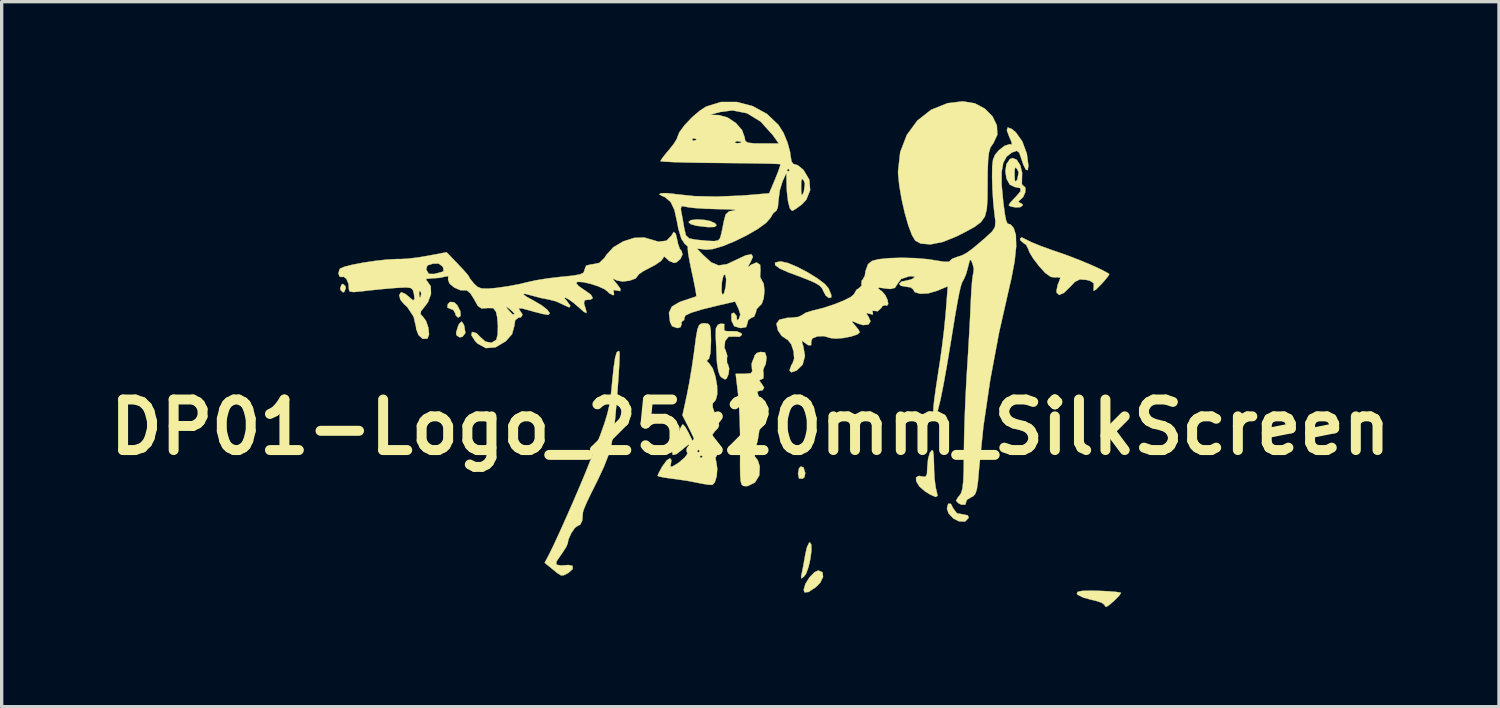
<source format=kicad_pcb>
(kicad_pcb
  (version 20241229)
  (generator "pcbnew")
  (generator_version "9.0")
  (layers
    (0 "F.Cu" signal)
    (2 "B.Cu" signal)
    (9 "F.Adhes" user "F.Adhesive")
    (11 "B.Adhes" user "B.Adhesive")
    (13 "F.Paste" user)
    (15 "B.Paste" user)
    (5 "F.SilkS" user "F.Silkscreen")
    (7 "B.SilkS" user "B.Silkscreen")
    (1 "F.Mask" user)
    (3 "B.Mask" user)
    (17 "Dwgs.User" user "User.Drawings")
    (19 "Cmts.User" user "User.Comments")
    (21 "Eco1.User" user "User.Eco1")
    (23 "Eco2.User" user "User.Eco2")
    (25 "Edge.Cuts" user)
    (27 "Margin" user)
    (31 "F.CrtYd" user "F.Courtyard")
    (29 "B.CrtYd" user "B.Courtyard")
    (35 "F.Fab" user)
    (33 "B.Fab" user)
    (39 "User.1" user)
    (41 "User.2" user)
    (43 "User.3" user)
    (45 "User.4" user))
  (footprint "DP01-Logo_25x20mm_SilkScreen"
    (layer "F.Cu")
    (at 19.565 9.826)
    (property "Reference" "DP01-Logo_25x20mm_SilkScreen" (at 0 0 0) (layer "F.SilkS") (effects (font (size 1.524 1.524) (thickness 0.3))))
    (attr through_hole)
    (fp_poly (pts (xy -12.202 -4.249) (xy -12.192 -4.191) (xy -12.238 -4.078) (xy -12.277 -4.064) (xy -12.352 -4.133) (xy -12.361 -4.191) (xy -12.316 -4.304) (xy -12.277 -4.318) (xy -12.202 -4.249)) (stroke (width 0.01) (type solid)) (fill yes) (layer "F.SilkS"))
    (fp_poly (pts (xy -8.639 -3.099) (xy -8.622 -3.055) (xy -8.588 -2.837) (xy -8.679 -2.723) (xy -8.767 -2.709) (xy -8.859 -2.776) (xy -8.866 -2.857) (xy -8.803 -3.059) (xy -8.768 -3.126) (xy -8.701 -3.186) (xy -8.639 -3.099)) (stroke (width 0.01) (type solid)) (fill yes) (layer "F.SilkS"))
    (fp_poly (pts (xy 1.606 1.213) (xy 1.609 1.221) (xy 1.635 1.321) (xy 1.656 1.379) (xy 1.632 1.509) (xy 1.571 1.553) (xy 1.47 1.547) (xy 1.439 1.405) (xy 1.439 1.394) (xy 1.469 1.237) (xy 1.524 1.185) (xy 1.606 1.213)) (stroke (width 0.01) (type solid)) (fill yes) (layer "F.SilkS"))
    (fp_poly (pts (xy 2.176 4.373) (xy 2.193 4.51) (xy 2.11 4.685) (xy 1.978 4.82) (xy 1.756 4.967) (xy 1.635 4.979) (xy 1.609 4.903) (xy 1.661 4.723) (xy 1.785 4.525) (xy 1.936 4.37) (xy 2.05 4.318) (xy 2.176 4.373)) (stroke (width 0.01) (type solid)) (fill yes) (layer "F.SilkS"))
    (fp_poly (pts (xy -8.928 -3.764) (xy -8.835 -3.68) (xy -8.739 -3.494) (xy -8.732 -3.352) (xy -8.805 -3.302) (xy -8.88 -3.371) (xy -8.89 -3.429) (xy -8.958 -3.541) (xy -9.017 -3.556) (xy -9.131 -3.606) (xy -9.117 -3.712) (xy -9.046 -3.776) (xy -8.928 -3.764)) (stroke (width 0.01) (type solid)) (fill yes) (layer "F.SilkS"))
    (fp_poly (pts (xy -1.364 -6.245) (xy -1.206 -6.212) (xy -1.058 -6.144) (xy -1.016 -6.086) (xy -1.078 -6.035) (xy -1.275 -6.03) (xy -1.621 -6.071) (xy -1.63 -6.072) (xy -1.799 -6.122) (xy -1.863 -6.186) (xy -1.789 -6.242) (xy -1.604 -6.262) (xy -1.364 -6.245)) (stroke (width 0.01) (type solid)) (fill yes) (layer "F.SilkS"))
    (fp_poly (pts (xy 6.044 2.309) (xy 6.119 2.45) (xy 6.121 2.455) (xy 6.227 2.594) (xy 6.391 2.625) (xy 6.557 2.657) (xy 6.583 2.731) (xy 6.472 2.845) (xy 6.283 2.835) (xy 6.117 2.749) (xy 5.974 2.593) (xy 5.927 2.451) (xy 5.964 2.308) (xy 6.044 2.309)) (stroke (width 0.01) (type solid)) (fill yes) (layer "F.SilkS"))
    (fp_poly (pts (xy 1.84 3.544) (xy 1.842 3.725) (xy 1.811 3.965) (xy 1.756 4.209) (xy 1.685 4.407) (xy 1.632 4.487) (xy 1.543 4.561) (xy 1.531 4.503) (xy 1.552 4.403) (xy 1.597 4.181) (xy 1.647 3.898) (xy 1.658 3.831) (xy 1.71 3.612) (xy 1.773 3.484) (xy 1.797 3.471) (xy 1.84 3.544)) (stroke (width 0.01) (type solid)) (fill yes) (layer "F.SilkS"))
    (fp_poly (pts (xy 10.492 4.932) (xy 10.808 4.946) (xy 11.046 4.967) (xy 11.167 4.989) (xy 11.175 4.995) (xy 11.116 5.081) (xy 10.983 5.217) (xy 10.835 5.347) (xy 10.729 5.417) (xy 10.72 5.419) (xy 10.668 5.355) (xy 10.668 5.348) (xy 10.593 5.292) (xy 10.402 5.229) (xy 10.272 5.2) (xy 10.032 5.134) (xy 9.873 5.054) (xy 9.842 5.016) (xy 9.867 4.963) (xy 10.002 4.934) (xy 10.27 4.927) (xy 10.492 4.932)) (stroke (width 0.01) (type solid)) (fill yes) (layer "F.SilkS"))
    (fp_poly (pts (xy 1.129 -4.95) (xy 1.411 -4.833) (xy 1.722 -4.671) (xy 2.016 -4.49) (xy 2.244 -4.318) (xy 2.357 -4.188) (xy 2.437 -3.997) (xy 2.443 -3.914) (xy 2.376 -3.895) (xy 2.369 -3.895) (xy 2.276 -3.964) (xy 2.206 -4.093) (xy 2.16 -4.189) (xy 2.085 -4.269) (xy 1.952 -4.35) (xy 1.732 -4.446) (xy 1.396 -4.575) (xy 1.163 -4.66) (xy 0.892 -4.779) (xy 0.75 -4.884) (xy 0.745 -4.96) (xy 0.888 -4.995) (xy 0.925 -4.995) (xy 1.129 -4.95)) (stroke (width 0.01) (type solid)) (fill yes) (layer "F.SilkS"))
    (fp_poly (pts (xy 5.508 0.716) (xy 5.527 0.85) (xy 5.537 1.12) (xy 5.539 1.27) (xy 5.555 1.57) (xy 5.59 1.826) (xy 5.615 1.926) (xy 5.646 2.069) (xy 5.586 2.103) (xy 5.419 2.029) (xy 5.271 1.938) (xy 5.098 1.789) (xy 5.003 1.635) (xy 4.994 1.515) (xy 5.082 1.467) (xy 5.165 1.482) (xy 5.275 1.496) (xy 5.324 1.418) (xy 5.335 1.212) (xy 5.357 0.966) (xy 5.408 0.781) (xy 5.419 0.762) (xy 5.474 0.694) (xy 5.508 0.716)) (stroke (width 0.01) (type solid)) (fill yes) (layer "F.SilkS"))
    (fp_poly (pts (xy -0.782 -3.11) (xy -0.789 -3.016) (xy -0.784 -2.909) (xy -0.695 -2.894) (xy -0.412 -2.891) (xy -0.269 -2.829) (xy -0.254 -2.784) (xy -0.325 -2.725) (xy -0.472 -2.731) (xy -0.655 -2.727) (xy -0.755 -2.603) (xy -0.759 -2.593) (xy -0.78 -2.4) (xy -0.743 -2.308) (xy -0.692 -2.148) (xy -0.704 -2.086) (xy -0.701 -1.935) (xy -0.673 -1.893) (xy -0.637 -1.772) (xy -0.655 -1.603) (xy -0.713 -1.469) (xy -0.762 -1.439) (xy -0.865 -1.497) (xy -0.91 -1.545) (xy -0.965 -1.69) (xy -1.003 -1.93) (xy -1.01 -2.032) (xy -1.025 -2.363) (xy -1.04 -2.694) (xy -1.043 -2.75) (xy -1.037 -2.979) (xy -0.977 -3.088) (xy -0.898 -3.119) (xy -0.782 -3.11)) (stroke (width 0.01) (type solid)) (fill yes) (layer "F.SilkS"))
    (fp_poly (pts (xy 6.767 -9.761) (xy 7.071 -9.6) (xy 7.3 -9.369) (xy 7.432 -9.097) (xy 7.446 -8.814) (xy 7.323 -8.551) (xy 7.303 -8.528) (xy 7.237 -8.429) (xy 7.194 -8.282) (xy 7.168 -8.056) (xy 7.155 -7.718) (xy 7.152 -7.35) (xy 7.149 -6.897) (xy 7.129 -6.575) (xy 7.07 -6.348) (xy 6.951 -6.18) (xy 6.75 -6.031) (xy 6.445 -5.866) (xy 6.231 -5.757) (xy 5.811 -5.586) (xy 5.435 -5.51) (xy 5.134 -5.534) (xy 4.97 -5.626) (xy 4.87 -5.795) (xy 4.761 -6.088) (xy 4.654 -6.462) (xy 4.561 -6.874) (xy 4.491 -7.28) (xy 4.455 -7.636) (xy 4.453 -7.705) (xy 4.518 -8.29) (xy 4.718 -8.809) (xy 5.034 -9.241) (xy 5.449 -9.567) (xy 5.944 -9.766) (xy 6.407 -9.821) (xy 6.767 -9.761)) (stroke (width 0.01) (type solid)) (fill yes) (layer "F.SilkS"))
    (fp_poly (pts (xy 8.029 -8.063) (xy 8.135 -7.897) (xy 8.193 -7.672) (xy 8.188 -7.472) (xy 8.186 -7.325) (xy 8.224 -7.281) (xy 8.293 -7.22) (xy 8.288 -7.081) (xy 8.222 -6.934) (xy 8.149 -6.865) (xy 8.073 -6.796) (xy 8.107 -6.776) (xy 8.205 -6.72) (xy 8.213 -6.69) (xy 8.141 -6.633) (xy 8.001 -6.623) (xy 7.842 -6.654) (xy 7.789 -6.692) (xy 7.845 -6.779) (xy 7.981 -6.924) (xy 8.001 -6.942) (xy 8.145 -7.11) (xy 8.138 -7.206) (xy 7.98 -7.238) (xy 7.977 -7.238) (xy 7.822 -7.31) (xy 7.724 -7.487) (xy 7.703 -7.62) (xy 7.964 -7.62) (xy 7.972 -7.439) (xy 8.004 -7.407) (xy 8.05 -7.472) (xy 8.088 -7.677) (xy 8.05 -7.768) (xy 7.993 -7.838) (xy 7.968 -7.772) (xy 7.964 -7.62) (xy 7.703 -7.62) (xy 7.689 -7.712) (xy 7.72 -7.929) (xy 7.824 -8.08) (xy 7.901 -8.113) (xy 8.029 -8.063)) (stroke (width 0.01) (type solid)) (fill yes) (layer "F.SilkS"))
    (fp_poly (pts (xy 8.319 -5.653) (xy 8.485 -5.571) (xy 8.762 -5.458) (xy 9.101 -5.336) (xy 9.229 -5.293) (xy 9.58 -5.169) (xy 9.954 -5.024) (xy 10.308 -4.875) (xy 10.6 -4.74) (xy 10.788 -4.638) (xy 10.82 -4.614) (xy 10.783 -4.546) (xy 10.661 -4.398) (xy 10.577 -4.307) (xy 10.418 -4.147) (xy 10.348 -4.108) (xy 10.346 -4.18) (xy 10.351 -4.204) (xy 10.351 -4.338) (xy 10.24 -4.412) (xy 10.129 -4.44) (xy 9.933 -4.455) (xy 9.782 -4.38) (xy 9.646 -4.237) (xy 9.453 -4.048) (xy 9.309 -3.985) (xy 9.235 -4.053) (xy 9.229 -4.112) (xy 9.268 -4.298) (xy 9.31 -4.396) (xy 9.346 -4.505) (xy 9.257 -4.521) (xy 9.204 -4.512) (xy 9.056 -4.53) (xy 8.886 -4.653) (xy 8.7 -4.858) (xy 8.527 -5.085) (xy 8.412 -5.275) (xy 8.382 -5.362) (xy 8.314 -5.497) (xy 8.255 -5.534) (xy 8.143 -5.629) (xy 8.128 -5.68) (xy 8.182 -5.721) (xy 8.319 -5.653)) (stroke (width 0.01) (type solid)) (fill yes) (layer "F.SilkS"))
    (fp_poly (pts (xy 0.442 -2.254) (xy 0.486 -2.126) (xy 0.487 -2.077) (xy 0.464 -1.898) (xy 0.421 -1.819) (xy 0.386 -1.715) (xy 0.399 -1.609) (xy 0.393 -1.468) (xy 0.332 -1.439) (xy 0.265 -1.415) (xy 0.322 -1.338) (xy 0.417 -1.193) (xy 0.368 -1.111) (xy 0.293 -1.101) (xy 0.209 -1.071) (xy 0.241 -0.955) (xy 0.253 -0.932) (xy 0.288 -0.769) (xy 0.3 -0.496) (xy 0.291 -0.168) (xy 0.263 0.156) (xy 0.219 0.421) (xy 0.193 0.508) (xy 0.139 0.715) (xy 0.134 0.876) (xy 0.173 0.931) (xy 0.229 1.004) (xy 0.283 1.181) (xy 0.284 1.187) (xy 0.27 1.455) (xy 0.14 1.667) (xy -0.074 1.773) (xy -0.134 1.778) (xy -0.209 1.771) (xy -0.259 1.732) (xy -0.29 1.633) (xy -0.305 1.447) (xy -0.309 1.148) (xy -0.306 0.706) (xy -0.306 0.699) (xy -0.308 0.216) (xy -0.321 -0.273) (xy -0.344 -0.707) (xy -0.368 -0.995) (xy -0.441 -1.609) (xy -0.169 -1.609) (xy 0.015 -1.626) (xy 0.064 -1.693) (xy 0.051 -1.743) (xy 0.039 -1.914) (xy 0.062 -1.976) (xy 0.122 -2.125) (xy 0.126 -2.159) (xy 0.199 -2.237) (xy 0.307 -2.269) (xy 0.442 -2.254)) (stroke (width 0.01) (type solid)) (fill yes) (layer "F.SilkS"))
    (fp_poly (pts (xy -3.944 -2.279) (xy -3.939 -2.187) (xy -3.947 -1.955) (xy -3.966 -1.612) (xy -3.996 -1.186) (xy -4.022 -0.842) (xy -4.071 -0.277) (xy -4.122 0.164) (xy -4.187 0.525) (xy -4.279 0.853) (xy -4.411 1.191) (xy -4.595 1.585) (xy -4.809 2.014) (xy -4.933 2.273) (xy -5.019 2.478) (xy -5.045 2.565) (xy -5.06 2.737) (xy -5.067 2.815) (xy -5.128 2.941) (xy -5.186 2.964) (xy -5.287 3.034) (xy -5.399 3.198) (xy -5.483 3.389) (xy -5.503 3.501) (xy -5.551 3.614) (xy -5.67 3.798) (xy -5.719 3.866) (xy -5.842 4.048) (xy -5.846 4.143) (xy -5.713 4.169) (xy -5.482 4.153) (xy -5.355 4.181) (xy -5.354 4.274) (xy -5.476 4.387) (xy -5.498 4.4) (xy -5.622 4.463) (xy -5.707 4.467) (xy -5.818 4.397) (xy -5.956 4.284) (xy -6.197 4.087) (xy -6.048 3.8) (xy -5.922 3.542) (xy -5.749 3.168) (xy -5.549 2.722) (xy -5.339 2.245) (xy -5.139 1.779) (xy -4.966 1.365) (xy -4.911 1.228) (xy -4.688 0.666) (xy -4.519 0.229) (xy -4.397 -0.114) (xy -4.311 -0.395) (xy -4.252 -0.645) (xy -4.212 -0.896) (xy -4.18 -1.179) (xy -4.166 -1.336) (xy -4.119 -1.792) (xy -4.074 -2.094) (xy -4.026 -2.257) (xy -3.971 -2.297) (xy -3.944 -2.279)) (stroke (width 0.01) (type solid)) (fill yes) (layer "F.SilkS"))
    (fp_poly (pts (xy -1.278 -3.122) (xy -1.218 -3.063) (xy -1.192 -2.918) (xy -1.185 -2.649) (xy -1.185 -2.582) (xy -1.2 -2.24) (xy -1.245 -2.061) (xy -1.286 -2.032) (xy -1.311 -1.993) (xy -1.242 -1.926) (xy -1.134 -1.774) (xy -1.051 -1.529) (xy -1.001 -1.249) (xy -0.996 -0.993) (xy -1.042 -0.82) (xy -1.065 -0.795) (xy -1.136 -0.71) (xy -1.13 -0.587) (xy -1.059 -0.395) (xy -0.969 -0.174) (xy -0.942 -0.052) (xy -0.979 0.032) (xy -1.064 0.12) (xy -1.143 0.225) (xy -1.135 0.339) (xy -1.042 0.519) (xy -0.951 0.716) (xy -0.969 0.811) (xy -0.991 0.822) (xy -1.051 0.922) (xy -1.027 1.043) (xy -0.996 1.248) (xy -1.013 1.477) (xy -1.07 1.663) (xy -1.143 1.74) (xy -1.274 1.733) (xy -1.495 1.696) (xy -1.566 1.68) (xy -1.861 1.623) (xy -2.211 1.57) (xy -2.349 1.553) (xy -2.597 1.518) (xy -2.759 1.483) (xy -2.794 1.463) (xy -2.755 1.37) (xy -2.661 1.197) (xy -2.649 1.177) (xy -2.519 1.001) (xy -2.42 0.936) (xy -2.378 0.992) (xy -2.392 1.09) (xy -2.407 1.184) (xy -2.357 1.189) (xy -2.209 1.102) (xy -2.156 1.068) (xy -1.965 0.903) (xy -1.955 0.889) (xy -1.524 0.889) (xy -1.482 0.931) (xy -1.439 0.889) (xy -1.482 0.847) (xy -1.524 0.889) (xy -1.955 0.889) (xy -1.849 0.728) (xy -1.846 0.72) (xy -1.609 0.72) (xy -1.566 0.762) (xy -1.524 0.72) (xy -1.566 0.677) (xy -1.609 0.72) (xy -1.846 0.72) (xy -1.84 0.699) (xy -1.821 0.548) (xy -1.868 0.526) (xy -2.001 0.631) (xy -2.052 0.677) (xy -2.226 0.811) (xy -2.335 0.839) (xy -2.353 0.758) (xy -2.343 0.728) (xy -2.291 0.576) (xy -2.217 0.34) (xy -2.194 0.263) (xy -2.118 0.05) (xy -2.05 -0.073) (xy -2.031 -0.085) (xy -1.965 -0.015) (xy -1.864 0.161) (xy -1.82 0.255) (xy -1.721 0.451) (xy -1.649 0.555) (xy -1.632 0.56) (xy -1.648 0.472) (xy -1.726 0.281) (xy -1.821 0.083) (xy -2.045 -0.358) (xy -1.913 -0.962) (xy -1.839 -1.341) (xy -1.762 -1.801) (xy -1.696 -2.256) (xy -1.684 -2.349) (xy -1.636 -2.716) (xy -1.594 -2.946) (xy -1.546 -3.071) (xy -1.48 -3.123) (xy -1.386 -3.133) (xy -1.278 -3.122)) (stroke (width 0.01) (type solid)) (fill yes) (layer "F.SilkS"))
    (fp_poly (pts (xy 7.883 -8.988) (xy 8.001 -8.89) (xy 8.2 -8.611) (xy 8.336 -8.24) (xy 8.382 -7.881) (xy 8.361 -7.746) (xy 8.306 -7.762) (xy 8.228 -7.917) (xy 8.17 -8.091) (xy 8.104 -8.278) (xy 8.028 -8.331) (xy 7.894 -8.282) (xy 7.88 -8.275) (xy 7.725 -8.154) (xy 7.624 -7.966) (xy 7.575 -7.688) (xy 7.576 -7.3) (xy 7.625 -6.782) (xy 7.675 -6.408) (xy 7.715 -6.215) (xy 7.758 -6.13) (xy 7.769 -6.132) (xy 7.846 -6.109) (xy 7.938 -6.006) (xy 8.005 -5.793) (xy 8.014 -5.446) (xy 7.966 -4.991) (xy 7.863 -4.452) (xy 7.821 -4.276) (xy 7.5 -2.86) (xy 7.232 -1.426) (xy 7.027 -0.03) (xy 6.895 1.256) (xy 6.863 1.632) (xy 6.828 1.872) (xy 6.781 2.012) (xy 6.712 2.086) (xy 6.656 2.112) (xy 6.527 2.191) (xy 6.505 2.251) (xy 6.483 2.335) (xy 6.366 2.336) (xy 6.273 2.292) (xy 6.201 2.215) (xy 6.258 2.114) (xy 6.294 2.076) (xy 6.353 1.99) (xy 6.394 1.851) (xy 6.419 1.63) (xy 6.433 1.299) (xy 6.437 0.829) (xy 6.437 0.819) (xy 6.445 0.309) (xy 6.463 -0.3) (xy 6.489 -0.939) (xy 6.521 -1.538) (xy 6.528 -1.651) (xy 6.562 -2.191) (xy 6.594 -2.744) (xy 6.622 -3.257) (xy 6.641 -3.674) (xy 6.646 -3.786) (xy 6.664 -4.138) (xy 6.687 -4.426) (xy 6.713 -4.608) (xy 6.724 -4.646) (xy 6.736 -4.779) (xy 6.7 -4.924) (xy 6.649 -5.042) (xy 6.614 -5.027) (xy 6.572 -4.865) (xy 6.563 -4.826) (xy 6.499 -4.599) (xy 6.428 -4.441) (xy 6.421 -4.432) (xy 6.383 -4.364) (xy 6.343 -4.243) (xy 6.298 -4.048) (xy 6.242 -3.755) (xy 6.17 -3.342) (xy 6.08 -2.789) (xy 6.059 -2.659) (xy 5.931 -1.887) (xy 5.822 -1.278) (xy 5.731 -0.825) (xy 5.656 -0.523) (xy 5.596 -0.366) (xy 5.565 -0.339) (xy 5.531 -0.36) (xy 5.515 -0.438) (xy 5.52 -0.592) (xy 5.547 -0.845) (xy 5.599 -1.215) (xy 5.676 -1.725) (xy 5.711 -1.947) (xy 5.778 -2.418) (xy 5.841 -2.939) (xy 5.888 -3.413) (xy 5.895 -3.499) (xy 5.952 -4.246) (xy 5.623 -4.109) (xy 5.359 -4.033) (xy 5.121 -4.021) (xy 4.957 -4.07) (xy 4.911 -4.15) (xy 4.838 -4.213) (xy 4.699 -4.233) (xy 4.54 -4.262) (xy 4.487 -4.318) (xy 4.557 -4.39) (xy 4.636 -4.404) (xy 4.84 -4.45) (xy 4.91 -4.485) (xy 4.958 -4.538) (xy 4.858 -4.55) (xy 4.783 -4.546) (xy 4.548 -4.468) (xy 4.445 -4.331) (xy 4.359 -4.2) (xy 4.22 -4.165) (xy 4.071 -4.181) (xy 3.885 -4.207) (xy 3.847 -4.19) (xy 3.941 -4.115) (xy 3.965 -4.099) (xy 4.066 -3.986) (xy 4.135 -3.841) (xy 4.157 -3.715) (xy 4.12 -3.661) (xy 4.073 -3.678) (xy 3.984 -3.654) (xy 3.945 -3.589) (xy 3.838 -3.495) (xy 3.763 -3.504) (xy 3.676 -3.51) (xy 3.692 -3.456) (xy 3.695 -3.394) (xy 3.6 -3.417) (xy 3.498 -3.444) (xy 3.529 -3.377) (xy 3.557 -3.343) (xy 3.624 -3.189) (xy 3.559 -3.093) (xy 3.395 -3.077) (xy 3.242 -3.125) (xy 3.086 -3.192) (xy 3.065 -3.175) (xy 3.155 -3.07) (xy 3.266 -2.932) (xy 3.302 -2.862) (xy 3.227 -2.796) (xy 3.042 -2.734) (xy 2.806 -2.688) (xy 2.577 -2.669) (xy 2.416 -2.687) (xy 2.401 -2.693) (xy 2.215 -2.745) (xy 2.02 -2.736) (xy 1.873 -2.677) (xy 1.833 -2.581) (xy 1.835 -2.574) (xy 1.834 -2.471) (xy 1.741 -2.473) (xy 1.62 -2.561) (xy 1.555 -2.609) (xy 1.566 -2.53) (xy 1.595 -2.451) (xy 1.647 -2.146) (xy 1.577 -1.883) (xy 1.399 -1.71) (xy 1.389 -1.705) (xy 1.236 -1.654) (xy 1.186 -1.702) (xy 1.185 -1.721) (xy 1.24 -1.878) (xy 1.268 -1.911) (xy 1.322 -2.064) (xy 1.305 -2.284) (xy 1.234 -2.499) (xy 1.125 -2.637) (xy 1.093 -2.651) (xy 0.944 -2.754) (xy 0.832 -2.919) (xy 0.787 -3.119) (xy 0.877 -3.241) (xy 1.113 -3.296) (xy 1.244 -3.301) (xy 1.446 -3.324) (xy 1.561 -3.378) (xy 1.562 -3.38) (xy 1.672 -3.45) (xy 1.871 -3.512) (xy 1.885 -3.515) (xy 2.205 -3.596) (xy 2.531 -3.703) (xy 2.82 -3.819) (xy 3.034 -3.928) (xy 3.131 -4.014) (xy 3.133 -4.024) (xy 3.201 -4.143) (xy 3.265 -4.181) (xy 3.354 -4.263) (xy 3.348 -4.312) (xy 3.359 -4.421) (xy 3.385 -4.444) (xy 3.452 -4.562) (xy 3.471 -4.701) (xy 3.548 -4.913) (xy 3.662 -5.008) (xy 3.858 -5.062) (xy 4.173 -5.095) (xy 4.561 -5.107) (xy 4.973 -5.096) (xy 5.36 -5.063) (xy 5.609 -5.023) (xy 5.841 -4.987) (xy 5.986 -4.988) (xy 6.011 -5.007) (xy 6.083 -5.076) (xy 6.237 -5.133) (xy 6.378 -5.178) (xy 6.518 -5.252) (xy 6.693 -5.378) (xy 6.938 -5.583) (xy 7.111 -5.733) (xy 7.289 -5.899) (xy 7.374 -6.033) (xy 7.388 -6.203) (xy 7.357 -6.452) (xy 7.323 -6.778) (xy 7.298 -7.18) (xy 7.288 -7.518) (xy 7.291 -7.85) (xy 7.316 -8.064) (xy 7.378 -8.211) (xy 7.487 -8.342) (xy 7.497 -8.351) (xy 7.668 -8.483) (xy 7.81 -8.527) (xy 7.826 -8.523) (xy 7.889 -8.523) (xy 7.865 -8.622) (xy 7.813 -8.732) (xy 7.733 -8.947) (xy 7.759 -9.035) (xy 7.883 -8.988)) (stroke (width 0.01) (type solid)) (fill yes) (layer "F.SilkS"))
    (fp_poly (pts (xy -2.247 -5.829) (xy -2.193 -5.604) (xy -2.184 -5.546) (xy -2.125 -5.376) (xy -2.074 -5.315) (xy -2.042 -5.209) (xy -2.106 -5.071) (xy -2.226 -4.968) (xy -2.295 -4.951) (xy -2.443 -5.009) (xy -2.516 -5.078) (xy -2.601 -5.15) (xy -2.622 -5.102) (xy -2.694 -5.008) (xy -2.875 -4.885) (xy -3.006 -4.817) (xy -3.225 -4.702) (xy -3.363 -4.606) (xy -3.387 -4.571) (xy -3.46 -4.482) (xy -3.635 -4.417) (xy -3.843 -4.391) (xy -4.017 -4.42) (xy -4.028 -4.426) (xy -4.138 -4.48) (xy -4.127 -4.444) (xy -4.043 -4.346) (xy -3.916 -4.175) (xy -3.92 -4.101) (xy -4.036 -4.123) (xy -4.131 -4.135) (xy -4.115 -4.078) (xy -4.107 -3.99) (xy -4.139 -3.979) (xy -4.258 -4.041) (xy -4.279 -4.069) (xy -4.391 -4.158) (xy -4.589 -4.248) (xy -4.824 -4.324) (xy -5.046 -4.373) (xy -5.203 -4.381) (xy -5.249 -4.346) (xy -5.182 -4.261) (xy -5.02 -4.146) (xy -4.995 -4.131) (xy -4.808 -3.998) (xy -4.746 -3.893) (xy -4.818 -3.841) (xy -4.889 -3.841) (xy -4.994 -3.826) (xy -5.013 -3.736) (xy -4.953 -3.531) (xy -4.947 -3.514) (xy -4.938 -3.438) (xy -5.016 -3.477) (xy -5.177 -3.619) (xy -5.341 -3.759) (xy -5.487 -3.861) (xy -5.582 -3.907) (xy -5.598 -3.884) (xy -5.52 -3.793) (xy -5.422 -3.657) (xy -5.459 -3.611) (xy -5.612 -3.679) (xy -5.615 -3.681) (xy -5.853 -3.792) (xy -6.06 -3.845) (xy -6.326 -3.898) (xy -6.583 -3.966) (xy -6.79 -4.021) (xy -6.844 -4.008) (xy -6.746 -3.933) (xy -6.535 -3.818) (xy -6.291 -3.675) (xy -6.119 -3.54) (xy -6.043 -3.436) (xy -6.087 -3.388) (xy -6.107 -3.388) (xy -6.251 -3.412) (xy -6.49 -3.472) (xy -6.644 -3.516) (xy -6.887 -3.581) (xy -6.982 -3.581) (xy -6.961 -3.541) (xy -6.865 -3.396) (xy -6.911 -3.313) (xy -6.985 -3.302) (xy -7.086 -3.227) (xy -7.112 -3.056) (xy -7.181 -2.804) (xy -7.372 -2.59) (xy -7.68 -2.407) (xy -7.97 -2.384) (xy -8.223 -2.521) (xy -8.297 -2.601) (xy -8.407 -2.773) (xy -8.393 -2.858) (xy -8.372 -2.868) (xy -8.25 -2.833) (xy -8.143 -2.722) (xy -7.982 -2.579) (xy -7.8 -2.545) (xy -7.658 -2.632) (xy -7.654 -2.638) (xy -7.615 -2.798) (xy -7.607 -3.049) (xy -7.629 -3.317) (xy -7.665 -3.479) (xy -7.748 -3.589) (xy -7.924 -3.592) (xy -7.944 -3.588) (xy -8.104 -3.579) (xy -8.189 -3.64) (xy -7.36 -3.64) (xy -7.339 -3.596) (xy -7.292 -3.535) (xy -7.169 -3.403) (xy -7.113 -3.404) (xy -7.112 -3.419) (xy -7.17 -3.489) (xy -7.26 -3.567) (xy -7.36 -3.64) (xy -8.189 -3.64) (xy -8.214 -3.658) (xy -8.322 -3.852) (xy -8.438 -4.037) (xy -8.547 -4.125) (xy -8.574 -4.124) (xy -8.737 -4.128) (xy -8.921 -4.208) (xy -9.065 -4.328) (xy -9.111 -4.449) (xy -9.108 -4.46) (xy -9.104 -4.552) (xy -9.192 -4.539) (xy -9.372 -4.501) (xy -9.595 -4.486) (xy -9.762 -4.472) (xy -9.771 -4.429) (xy -9.743 -4.409) (xy -9.633 -4.249) (xy -9.624 -4.017) (xy -9.714 -3.77) (xy -9.802 -3.65) (xy -9.927 -3.495) (xy -9.936 -3.401) (xy -9.88 -3.346) (xy -9.774 -3.204) (xy -9.703 -2.998) (xy -9.683 -2.798) (xy -9.729 -2.672) (xy -9.735 -2.668) (xy -9.874 -2.663) (xy -10.001 -2.778) (xy -10.072 -2.964) (xy -10.075 -3.017) (xy -10.148 -3.331) (xy -10.336 -3.618) (xy -10.435 -3.708) (xy -10.546 -3.84) (xy -10.583 -3.979) (xy -10.533 -4.06) (xy -10.505 -4.064) (xy -10.387 -4.01) (xy -10.299 -3.937) (xy -10.167 -3.825) (xy -10.12 -3.857) (xy -10.139 -4.023) (xy -10.141 -4.029) (xy -9.984 -4.029) (xy -9.968 -3.919) (xy -9.94 -3.918) (xy -9.919 -4.031) (xy -9.933 -4.08) (xy -9.97 -4.112) (xy -9.984 -4.029) (xy -10.141 -4.029) (xy -10.17 -4.136) (xy -10.234 -4.195) (xy -10.372 -4.213) (xy -10.626 -4.201) (xy -10.735 -4.193) (xy -11.108 -4.161) (xy -11.487 -4.122) (xy -11.705 -4.096) (xy -11.957 -4.072) (xy -12.078 -4.091) (xy -12.1 -4.158) (xy -12.111 -4.322) (xy -12.173 -4.469) (xy -12.255 -4.535) (xy -12.28 -4.528) (xy -12.373 -4.531) (xy -12.415 -4.632) (xy -12.379 -4.761) (xy -12.369 -4.774) (xy -9.767 -4.774) (xy -9.759 -4.734) (xy -9.689 -4.622) (xy -9.534 -4.618) (xy -9.494 -4.627) (xy -9.322 -4.672) (xy -9.248 -4.699) (xy -9.253 -4.781) (xy -9.272 -4.841) (xy -9.392 -4.931) (xy -9.561 -4.93) (xy -9.731 -4.878) (xy -9.767 -4.774) (xy -12.369 -4.774) (xy -12.368 -4.775) (xy -12.248 -4.832) (xy -12.003 -4.895) (xy -11.677 -4.958) (xy -11.313 -5.012) (xy -10.955 -5.052) (xy -10.646 -5.069) (xy -10.541 -5.068) (xy -10.325 -5.079) (xy -10.015 -5.116) (xy -9.72 -5.166) (xy -9.153 -5.273) (xy -8.813 -4.919) (xy -8.633 -4.727) (xy -8.516 -4.591) (xy -8.487 -4.548) (xy -8.449 -4.479) (xy -8.337 -4.338) (xy -8.337 -4.337) (xy -8.226 -4.231) (xy -8.098 -4.181) (xy -7.896 -4.177) (xy -7.663 -4.197) (xy -7.301 -4.248) (xy -6.933 -4.319) (xy -6.758 -4.362) (xy -6.475 -4.425) (xy -6.099 -4.486) (xy -5.709 -4.532) (xy -5.679 -4.534) (xy -5.336 -4.569) (xy -5.13 -4.607) (xy -5.027 -4.658) (xy -4.996 -4.734) (xy -4.995 -4.752) (xy -4.948 -4.871) (xy -4.782 -4.91) (xy -4.75 -4.911) (xy -4.551 -4.952) (xy -4.395 -5.104) (xy -4.335 -5.197) (xy -4.127 -5.424) (xy -3.83 -5.6) (xy -3.501 -5.706) (xy -3.198 -5.717) (xy -3.078 -5.682) (xy -2.768 -5.591) (xy -2.526 -5.621) (xy -2.381 -5.768) (xy -2.376 -5.779) (xy -2.308 -5.886) (xy -2.247 -5.829)) (stroke (width 0.01) (type solid)) (fill yes) (layer "F.SilkS"))
    (fp_poly (pts (xy -0.405 -9.802) (xy 0.072 -9.677) (xy 0.504 -9.441) (xy 0.851 -9.109) (xy 1 -8.873) (xy 1.121 -8.58) (xy 1.199 -8.293) (xy 1.212 -8.189) (xy 1.245 -8.002) (xy 1.305 -7.928) (xy 1.316 -7.93) (xy 1.428 -7.897) (xy 1.585 -7.771) (xy 1.608 -7.747) (xy 1.779 -7.459) (xy 1.804 -7.146) (xy 1.687 -6.854) (xy 1.553 -6.713) (xy 1.381 -6.586) (xy 1.268 -6.522) (xy 1.259 -6.52) (xy 1.191 -6.598) (xy 1.137 -6.808) (xy 1.102 -7.115) (xy 1.097 -7.239) (xy 1.532 -7.239) (xy 1.538 -7.038) (xy 1.559 -6.989) (xy 1.605 -7.076) (xy 1.614 -7.098) (xy 1.646 -7.339) (xy 1.611 -7.437) (xy 1.559 -7.49) (xy 1.535 -7.403) (xy 1.532 -7.239) (xy 1.097 -7.239) (xy 1.095 -7.281) (xy 1.087 -7.662) (xy 0.971 -7.408) (xy 0.889 -7.142) (xy 0.851 -6.848) (xy 0.85 -6.837) (xy 0.831 -6.633) (xy 0.788 -6.525) (xy 0.776 -6.519) (xy 0.692 -6.451) (xy 0.609 -6.31) (xy 0.475 -6.157) (xy 0.223 -5.974) (xy -0.107 -5.783) (xy -0.471 -5.604) (xy -0.826 -5.459) (xy -1.131 -5.369) (xy -1.325 -5.351) (xy -1.606 -5.384) (xy -1.435 -5.203) (xy -1.181 -4.97) (xy -0.956 -4.876) (xy -0.707 -4.913) (xy -0.431 -5.042) (xy -0.137 -5.18) (xy 0.034 -5.212) (xy 0.079 -5.137) (xy 0.004 -4.97) (xy -0.068 -4.845) (xy -0.043 -4.843) (xy 0.025 -4.897) (xy 0.189 -4.966) (xy 0.296 -4.896) (xy 0.307 -4.712) (xy 0.303 -4.695) (xy 0.296 -4.524) (xy 0.338 -4.445) (xy 0.405 -4.322) (xy 0.426 -4.112) (xy 0.404 -3.886) (xy 0.345 -3.716) (xy 0.296 -3.671) (xy 0.189 -3.556) (xy 0.169 -3.462) (xy 0.114 -3.33) (xy 0.042 -3.302) (xy -0.062 -3.232) (xy -0.085 -3.138) (xy -0.126 -3.017) (xy -0.278 -2.989) (xy -0.311 -2.991) (xy -0.485 -3.043) (xy -0.56 -3.196) (xy -0.569 -3.248) (xy -0.569 -3.419) (xy -0.498 -3.45) (xy -0.491 -3.448) (xy -0.407 -3.345) (xy -0.408 -3.291) (xy -0.402 -3.223) (xy -0.345 -3.264) (xy -0.3 -3.396) (xy -0.356 -3.57) (xy -0.459 -3.787) (xy -0.97 -3.669) (xy -1.452 -3.551) (xy -1.776 -3.452) (xy -1.951 -3.37) (xy -1.988 -3.3) (xy -1.985 -3.295) (xy -1.997 -3.222) (xy -2.024 -3.217) (xy -2.079 -3.157) (xy -2.07 -3.109) (xy -2.102 -3.015) (xy -2.199 -2.987) (xy -2.358 -3.044) (xy -2.42 -3.174) (xy -2.452 -3.448) (xy -2.365 -3.635) (xy -2.139 -3.769) (xy -2.031 -3.808) (xy -1.803 -3.884) (xy -1.655 -3.934) (xy -1.627 -3.945) (xy -1.634 -4.027) (xy -1.644 -4.086) (xy -0.867 -4.086) (xy -0.838 -3.988) (xy -0.79 -4.039) (xy -0.739 -4.249) (xy -0.738 -4.255) (xy -0.727 -4.464) (xy -0.758 -4.597) (xy -0.761 -4.601) (xy -0.809 -4.572) (xy -0.849 -4.415) (xy -0.86 -4.325) (xy -0.867 -4.086) (xy -1.644 -4.086) (xy -1.671 -4.236) (xy -1.732 -4.534) (xy -1.766 -4.688) (xy -1.833 -5.012) (xy -1.875 -5.262) (xy -1.886 -5.402) (xy -1.88 -5.419) (xy -1.896 -5.459) (xy -1.975 -5.524) (xy -2.078 -5.681) (xy -2.167 -5.975) (xy -2.206 -6.181) (xy -2.287 -6.553) (xy -2.3 -6.578) (xy -2.095 -6.578) (xy -2.083 -6.505) (xy -2.041 -6.285) (xy -1.995 -6.016) (xy -1.992 -5.995) (xy -1.942 -5.786) (xy -1.843 -5.69) (xy -1.636 -5.65) (xy -1.627 -5.65) (xy -1.289 -5.617) (xy -1.082 -5.609) (xy -0.971 -5.63) (xy -0.918 -5.685) (xy -0.899 -5.736) (xy -0.855 -5.918) (xy -0.806 -6.166) (xy -0.8 -6.197) (xy -0.744 -6.408) (xy -0.644 -6.504) (xy -0.478 -6.536) (xy -0.438 -6.549) (xy -0.545 -6.56) (xy -0.778 -6.569) (xy -0.98 -6.573) (xy -1.346 -6.584) (xy -1.665 -6.605) (xy -1.886 -6.631) (xy -1.936 -6.643) (xy -2.071 -6.665) (xy -2.095 -6.578) (xy -2.3 -6.578) (xy -2.403 -6.792) (xy -2.573 -6.934) (xy -2.658 -6.97) (xy -2.744 -7.021) (xy -2.693 -7.05) (xy -2.533 -7.055) (xy -2.295 -7.031) (xy -2.244 -7.023) (xy -1.69 -6.965) (xy -1.02 -6.95) (xy -0.28 -6.98) (xy -0.067 -6.996) (xy 0.569 -7.05) (xy 0.749 -7.477) (xy 0.844 -7.716) (xy 0.855 -7.747) (xy 1.101 -7.747) (xy 1.143 -7.705) (xy 1.185 -7.747) (xy 1.143 -7.789) (xy 1.101 -7.747) (xy 0.855 -7.747) (xy 0.9 -7.881) (xy 0.906 -7.927) (xy 0.818 -7.935) (xy 0.586 -7.943) (xy 0.235 -7.95) (xy -0.21 -7.957) (xy -0.725 -7.962) (xy -0.913 -7.964) (xy -1.444 -7.969) (xy -1.913 -7.978) (xy -2.295 -7.989) (xy -2.565 -8.002) (xy -2.699 -8.015) (xy -2.709 -8.02) (xy -2.658 -8.104) (xy -2.53 -8.266) (xy -2.455 -8.353) (xy -2.302 -8.546) (xy -2.286 -8.572) (xy -0.471 -8.572) (xy -0.388 -8.558) (xy -0.278 -8.574) (xy -0.277 -8.602) (xy -0.39 -8.623) (xy -0.439 -8.609) (xy -0.471 -8.572) (xy -2.286 -8.572) (xy -2.213 -8.692) (xy -1.75 -8.692) (xy -1.738 -8.642) (xy -1.693 -8.636) (xy -1.624 -8.667) (xy -1.637 -8.692) (xy -1.737 -8.703) (xy -1.75 -8.692) (xy -2.213 -8.692) (xy -2.212 -8.696) (xy -2.201 -8.733) (xy -2.139 -8.89) (xy -1.979 -9.105) (xy -1.76 -9.336) (xy -1.668 -9.416) (xy -1.228 -9.416) (xy -0.946 -9.407) (xy -0.689 -9.337) (xy -0.44 -9.172) (xy -0.25 -8.957) (xy -0.17 -8.737) (xy -0.169 -8.727) (xy -0.153 -8.63) (xy -0.077 -8.577) (xy 0.098 -8.555) (xy 0.344 -8.551) (xy 0.858 -8.551) (xy 0.682 -8.799) (xy 0.311 -9.211) (xy -0.098 -9.462) (xy -0.54 -9.549) (xy -0.908 -9.5) (xy -1.228 -9.416) (xy -1.668 -9.416) (xy -1.521 -9.541) (xy -1.331 -9.664) (xy -0.885 -9.802) (xy -0.405 -9.802)) (stroke (width 0.01) (type solid)) (fill yes) (layer "F.SilkS")))
  (gr_rect
    (start -3 -3)
    (end 42.131 18.25)
    (stroke (width 0.1) (type default))
    (fill no)
    (layer "Edge.Cuts")))
</source>
